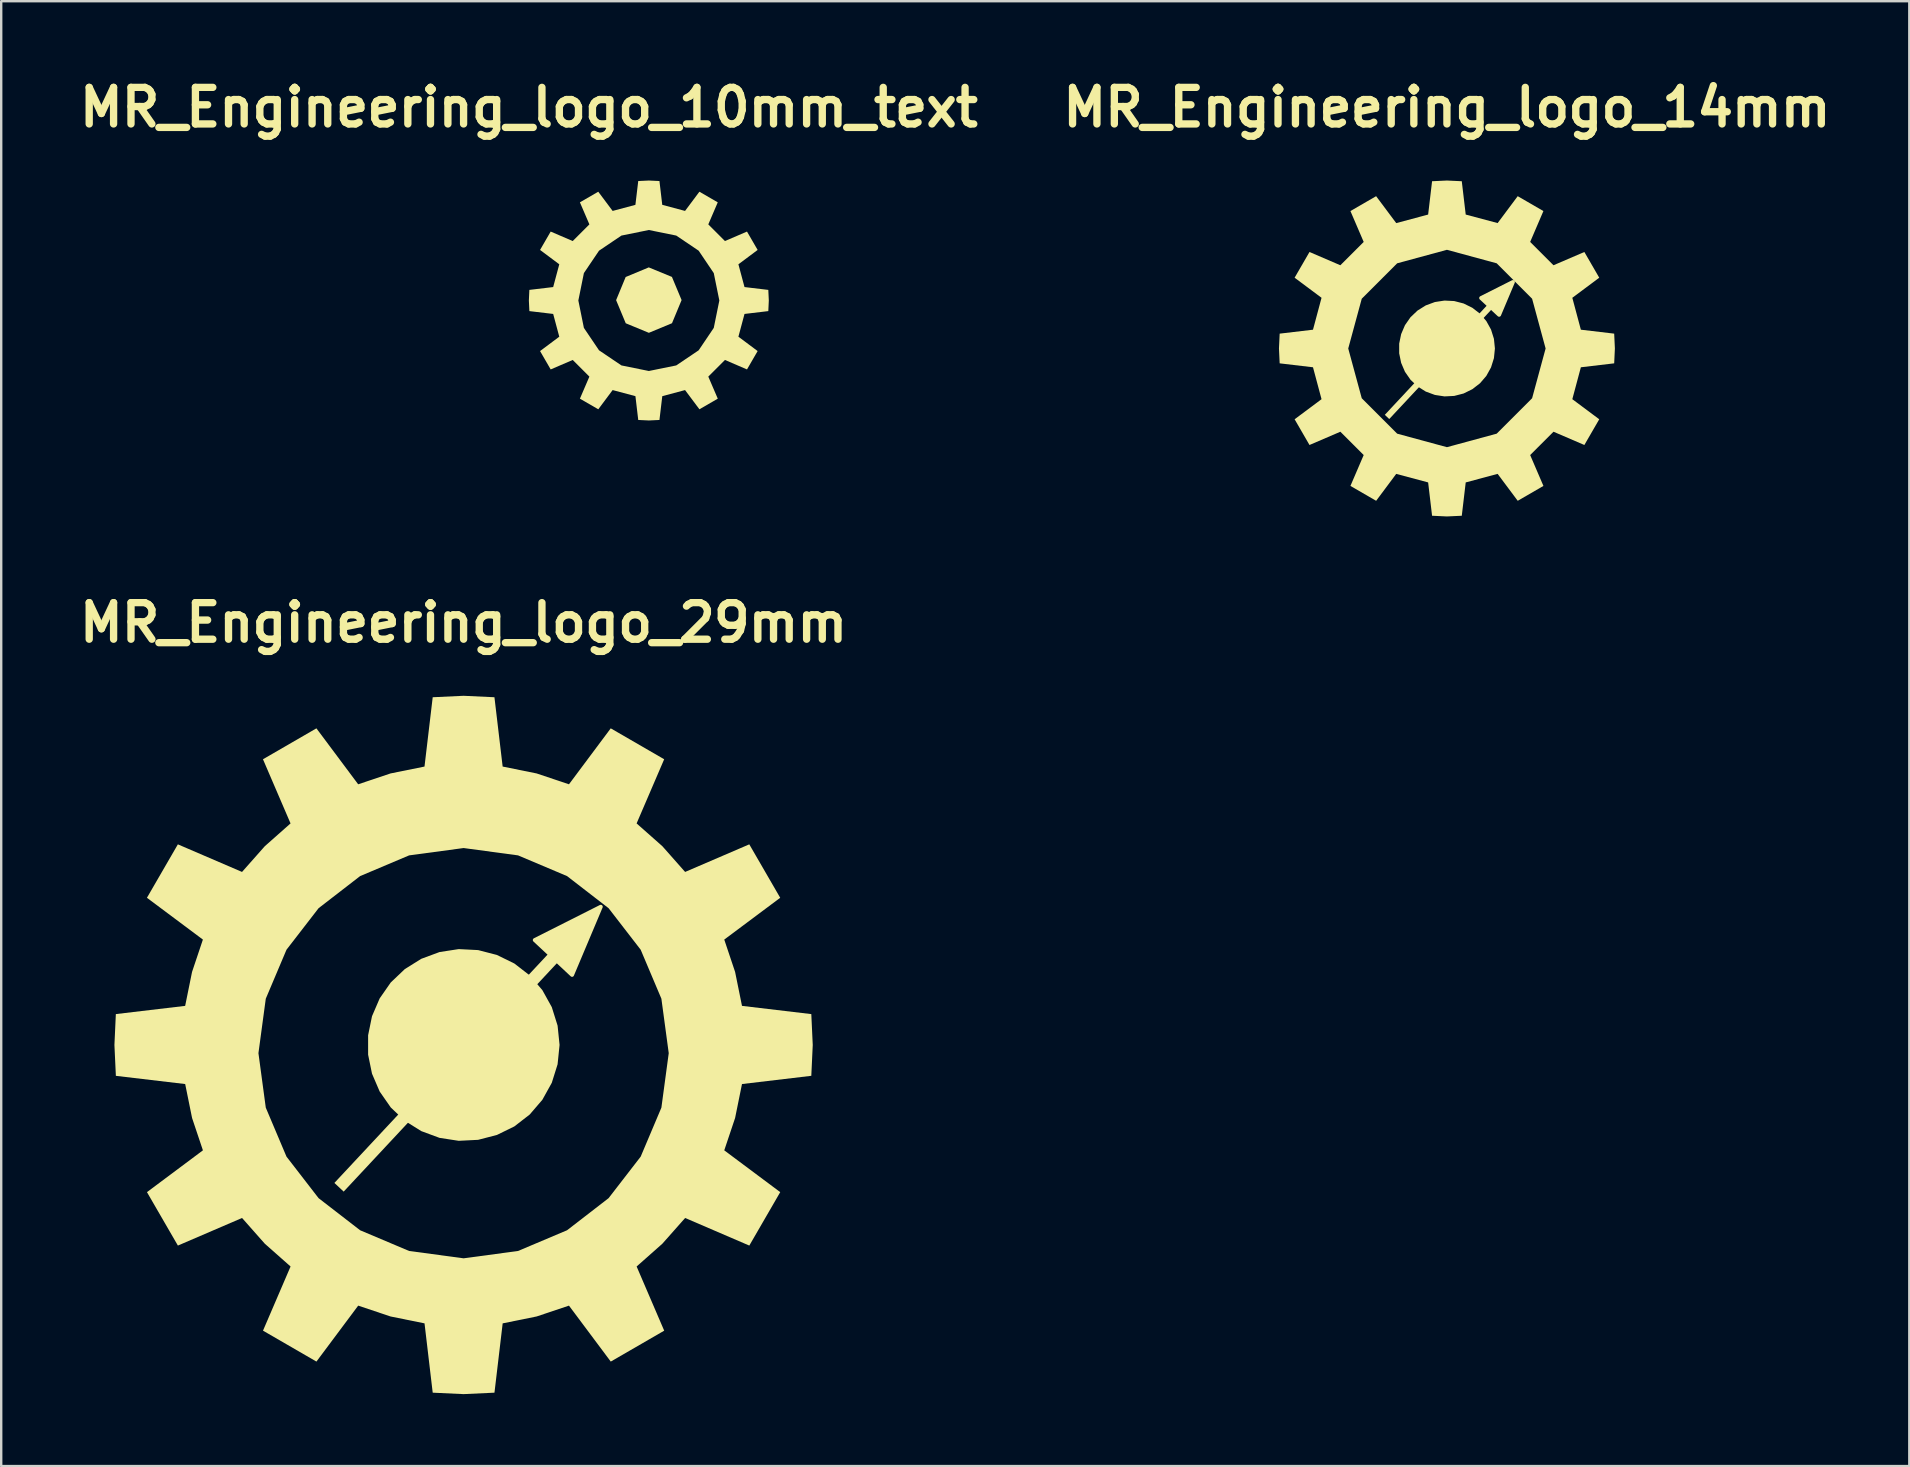
<source format=kicad_pcb>
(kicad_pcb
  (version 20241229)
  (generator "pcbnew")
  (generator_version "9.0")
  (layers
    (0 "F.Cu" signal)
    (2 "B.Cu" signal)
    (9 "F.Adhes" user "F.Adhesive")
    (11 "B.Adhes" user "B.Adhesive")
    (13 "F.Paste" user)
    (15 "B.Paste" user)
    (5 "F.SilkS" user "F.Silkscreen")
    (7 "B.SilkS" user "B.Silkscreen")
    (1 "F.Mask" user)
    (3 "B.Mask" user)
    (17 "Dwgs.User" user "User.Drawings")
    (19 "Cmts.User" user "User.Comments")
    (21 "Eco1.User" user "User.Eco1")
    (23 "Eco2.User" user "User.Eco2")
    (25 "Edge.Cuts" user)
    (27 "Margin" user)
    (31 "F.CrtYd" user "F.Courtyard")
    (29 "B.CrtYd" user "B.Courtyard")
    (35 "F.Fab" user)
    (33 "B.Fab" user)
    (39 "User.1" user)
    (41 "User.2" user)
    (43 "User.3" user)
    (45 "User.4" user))
  (footprint "MR_Engineering_logo_14mm"
    (layer "F.Cu")
    (at 57.254 11.474)
    (property "Reference" "MR_Engineering_logo_14mm" (at 0 -10.048 0) (layer "F.SilkS") (effects (font (size 1.524 1.524) (thickness 0.305))))
    (attr smd)
    (fp_poly (pts (xy 1.427 -2.103) (xy 2.75 -2.77) (xy 2.175 -1.405) (xy 1.427 -2.103)) (stroke (width 0.165) (type solid)) (fill yes) (layer "F.SilkS"))
    (fp_poly (pts (xy 2.467 -2.65) (xy -2.59 2.766) (xy -2.404 2.94) (xy 2.653 -2.477) (xy 2.467 -2.65)) (stroke (width 0) (type solid)) (fill yes) (layer "F.SilkS"))
    (fp_poly (pts (xy 2 0) (xy 1.959 0.403) (xy 1.838 0.789) (xy 1.642 1.143) (xy 1.378 1.45) (xy 1.058 1.697) (xy 0.695 1.876) (xy 0.303 1.977) (xy -0.101 1.997) (xy -0.501 1.936) (xy -0.881 1.796) (xy -1.224 1.582) (xy -1.518 1.303) (xy -1.749 0.971) (xy -1.908 0.599) (xy -1.99 0.202) (xy -1.99 -0.202) (xy -1.908 -0.599) (xy -1.749 -0.971) (xy -1.518 -1.303) (xy -1.224 -1.582) (xy -0.881 -1.796) (xy -0.501 -1.936) (xy -0.101 -1.997) (xy 0.303 -1.977) (xy 0.695 -1.876) (xy 1.058 -1.697) (xy 1.378 -1.45) (xy 1.642 -1.143) (xy 1.838 -0.789) (xy 1.959 -0.403) (xy 2 0)) (stroke (width 0) (type solid)) (fill yes) (layer "F.SilkS"))
    (fp_poly (pts (xy 2.074 -3.55) (xy 3.55 -2.074) (xy 4.113 0) (xy 3.55 2.074) (xy 2.074 3.55) (xy 0.000064 4.113) (xy -2.074 3.55) (xy -3.55 2.074) (xy -4.113 0) (xy -3.55 -2.074) (xy -2.074 -3.55) (xy 0.000064 -4.113) (xy 2.074 -3.55) (xy 6.971 0.619) (xy 7 0) (xy 6.971 -0.619) (xy 5.582 -0.783) (xy 5.226 -2.113) (xy 6.348 -2.95) (xy 5.728 -4.022) (xy 4.441 -3.469) (xy 3.469 -4.441) (xy 4.021 -5.728) (xy 2.95 -6.348) (xy 2.113 -5.226) (xy 0.783 -5.582) (xy 0.619 -6.971) (xy -0.000127 -7) (xy -0.619 -6.971) (xy -0.783 -5.582) (xy -2.113 -5.226) (xy -2.951 -6.348) (xy -4.022 -5.728) (xy -3.469 -4.441) (xy -4.442 -3.469) (xy -5.728 -4.022) (xy -6.348 -2.95) (xy -5.226 -2.113) (xy -5.582 -0.783) (xy -6.971 -0.619) (xy -7 0) (xy -6.971 0.619) (xy -5.582 0.783) (xy -5.226 2.113) (xy -6.348 2.95) (xy -5.728 4.022) (xy -4.441 3.469) (xy -3.469 4.441) (xy -4.022 5.728) (xy -2.95 6.348) (xy -2.113 5.226) (xy -0.783 5.582) (xy -0.619 6.971) (xy 0.000127 7) (xy 0.619 6.971) (xy 0.783 5.582) (xy 2.113 5.226) (xy 2.951 6.348) (xy 4.022 5.728) (xy 3.469 4.441) (xy 4.442 3.469) (xy 5.728 4.022) (xy 6.348 2.95) (xy 5.226 2.113) (xy 5.582 0.783) (xy 6.971 0.619)) (stroke (width 0) (type solid)) (fill yes) (layer "F.SilkS")))
  (footprint "MR_Engineering_logo_10mm_text"
    (layer "F.Cu")
    (at 18.992 4.474)
    (property "Reference" "MR_Engineering_logo_10mm_text" (at 0 -3.048 0) (layer "F.SilkS") (effects (font (size 1.524 1.524) (thickness 0.305))))
    (attr exclude_from_pos_files exclude_from_bom)
    (fp_poly (pts (xy 6.364 4.984) (xy 5.965 5.947) (xy 5.001 6.347) (xy 4.037 5.949) (xy 3.636 4.985) (xy 4.034 4.021) (xy 4.997 3.62) (xy 5.962 4.017) (xy 6.364 4.98) (xy 6.364 4.984)) (stroke (width 0) (type solid)) (fill yes) (layer "F.SilkS"))
    (fp_poly (pts (xy 9.979 5.442) (xy 10 5) (xy 9.979 4.558) (xy 8.987 4.44) (xy 8.733 3.491) (xy 9.534 2.893) (xy 9.091 2.127) (xy 8.172 2.522) (xy 7.478 1.828) (xy 7.872 0.909) (xy 7.107 0.466) (xy 6.509 1.267) (xy 5.559 1.013) (xy 5.442 0.021) (xy 5 -0.000001) (xy 4.558 0.021) (xy 4.44 1.013) (xy 3.491 1.267) (xy 2.892 0.466) (xy 2.127 0.909) (xy 2.522 1.828) (xy 1.827 2.522) (xy 0.909 2.127) (xy 0.466 2.893) (xy 1.267 3.491) (xy 1.013 4.44) (xy 0.02 4.558) (xy 0 5) (xy 0.021 5.442) (xy 1.013 5.56) (xy 1.267 6.509) (xy 0.466 7.107) (xy 0.909 7.873) (xy 1.828 7.478) (xy 2.522 8.172) (xy 2.127 9.091) (xy 2.893 9.534) (xy 3.491 8.733) (xy 4.441 8.987) (xy 4.558 9.979) (xy 5 10) (xy 5 7.938) (xy 3.858 7.706) (xy 2.924 7.076) (xy 2.293 6.142) (xy 2.062 5) (xy 2.293 3.858) (xy 2.924 2.924) (xy 3.858 2.294) (xy 5 2.062) (xy 6.142 2.294) (xy 7.076 2.924) (xy 7.706 3.858) (xy 7.938 5) (xy 7.706 6.142) (xy 7.076 7.076) (xy 6.142 7.706) (xy 5 7.938) (xy 5 10) (xy 5 10) (xy 5.442 9.979) (xy 5.56 8.987) (xy 6.509 8.733) (xy 7.108 9.534) (xy 7.873 9.091) (xy 7.478 8.172) (xy 8.173 7.478) (xy 9.091 7.873) (xy 9.534 7.107) (xy 8.733 6.509) (xy 8.987 5.56) (xy 9.979 5.442)) (stroke (width 0) (type solid)) (fill yes) (layer "F.SilkS")))
  (footprint "MR_Engineering_logo_29mm"
    (layer "F.Cu")
    (at 16.271 40.501)
    (property "Reference" "MR_Engineering_logo_29mm" (at 0 -17.6 0) (layer "F.SilkS") (effects (font (size 1.524 1.524) (thickness 0.305))))
    (attr smd)
    (fp_poly (pts (xy 2.967 -4.372) (xy 5.717 -5.759) (xy 4.521 -2.921) (xy 2.967 -4.372)) (stroke (width 0.165) (type solid)) (fill yes) (layer "F.SilkS"))
    (fp_poly (pts (xy 5.128 -5.51) (xy -5.384 5.75) (xy -4.998 6.112) (xy 5.515 -5.149) (xy 5.128 -5.51)) (stroke (width 0) (type solid)) (fill yes) (layer "F.SilkS"))
    (fp_poly (pts (xy 4 0) (xy 3.918 0.805) (xy 3.676 1.577) (xy 3.283 2.285) (xy 2.756 2.899) (xy 2.116 3.395) (xy 1.389 3.751) (xy 0.606 3.954) (xy -0.203 3.995) (xy -1.003 3.872) (xy -1.762 3.591) (xy -2.448 3.163) (xy -3.035 2.605) (xy -3.497 1.941) (xy -3.817 1.197) (xy -3.979 0.405) (xy -3.979 -0.405) (xy -3.817 -1.197) (xy -3.497 -1.941) (xy -3.035 -2.605) (xy -2.448 -3.163) (xy -1.762 -3.591) (xy -1.003 -3.872) (xy -0.203 -3.995) (xy 0.606 -3.954) (xy 1.389 -3.751) (xy 2.116 -3.395) (xy 2.756 -2.899) (xy 3.283 -2.285) (xy 3.676 -1.577) (xy 3.918 -0.805) (xy 4 0)) (stroke (width 0) (type solid)) (fill yes) (layer "F.SilkS"))
    (fp_poly (pts (xy 4.312 -7.038) (xy 6.043 -5.7) (xy 7.381 -3.969) (xy 8.244 -1.928) (xy 8.55 0.342) (xy 8.244 2.613) (xy 7.381 4.654) (xy 6.043 6.385) (xy 4.312 7.723) (xy 2.27 8.586) (xy 0.000132 8.892) (xy -2.27 8.586) (xy -4.312 7.723) (xy -6.043 6.385) (xy -7.381 4.654) (xy -8.244 2.613) (xy -8.55 0.342) (xy -8.244 -1.928) (xy -7.381 -3.969) (xy -6.043 -5.7) (xy -4.312 -7.038) (xy -2.27 -7.901) (xy 0.000132 -8.207) (xy 2.27 -7.901) (xy 4.312 -7.038) (xy 14.492 1.286) (xy 14.552 0) (xy 14.492 -1.286) (xy 11.603 -1.629) (xy 11.316 -3.044) (xy 10.864 -4.392) (xy 13.196 -6.134) (xy 11.907 -8.361) (xy 9.233 -7.211) (xy 8.284 -8.284) (xy 7.211 -9.233) (xy 8.36 -11.907) (xy 6.133 -13.196) (xy 4.392 -10.864) (xy 3.044 -11.316) (xy 1.628 -11.603) (xy 1.286 -14.492) (xy -0.000265 -14.552) (xy -1.287 -14.492) (xy -1.629 -11.603) (xy -3.045 -11.316) (xy -4.393 -10.864) (xy -6.134 -13.196) (xy -8.361 -11.907) (xy -7.212 -9.233) (xy -8.284 -8.284) (xy -9.234 -7.211) (xy -11.908 -8.361) (xy -13.197 -6.134) (xy -10.865 -4.392) (xy -11.317 -3.044) (xy -11.604 -1.629) (xy -14.493 -1.287) (xy -14.552 0) (xy -14.492 1.287) (xy -11.603 1.629) (xy -11.316 3.044) (xy -10.864 4.392) (xy -13.196 6.134) (xy -11.907 8.361) (xy -9.233 7.211) (xy -8.284 8.284) (xy -7.211 9.233) (xy -8.36 11.907) (xy -6.133 13.196) (xy -4.392 10.864) (xy -3.044 11.316) (xy -1.628 11.603) (xy -1.287 14.492) (xy 0.000265 14.552) (xy 1.287 14.492) (xy 1.629 11.603) (xy 3.044 11.316) (xy 4.392 10.864) (xy 6.134 13.196) (xy 8.361 11.908) (xy 7.212 9.233) (xy 8.284 8.284) (xy 9.234 7.211) (xy 11.908 8.361) (xy 13.197 6.134) (xy 10.864 4.392) (xy 11.316 3.044) (xy 11.603 1.629) (xy 14.492 1.286)) (stroke (width 0) (type solid)) (fill yes) (layer "F.SilkS")))
  (gr_rect
    (start -3 -3)
    (end 76.525 58.053)
    (stroke (width 0.1) (type default))
    (fill no)
    (layer "Edge.Cuts")))
</source>
